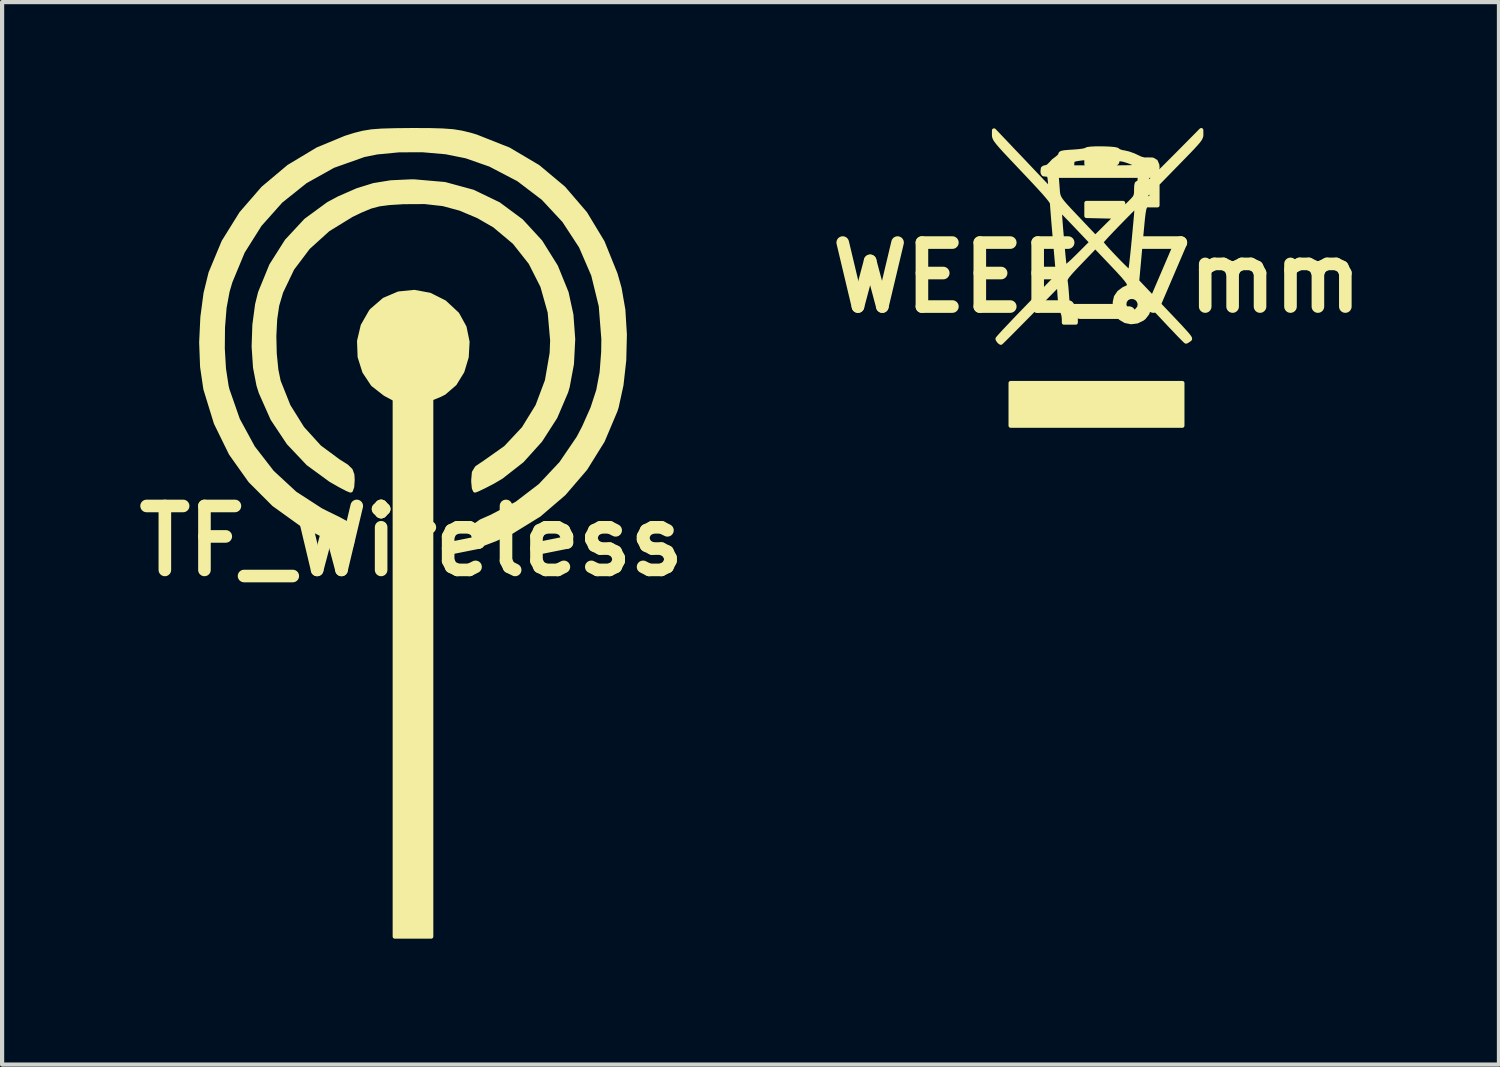
<source format=kicad_pcb>
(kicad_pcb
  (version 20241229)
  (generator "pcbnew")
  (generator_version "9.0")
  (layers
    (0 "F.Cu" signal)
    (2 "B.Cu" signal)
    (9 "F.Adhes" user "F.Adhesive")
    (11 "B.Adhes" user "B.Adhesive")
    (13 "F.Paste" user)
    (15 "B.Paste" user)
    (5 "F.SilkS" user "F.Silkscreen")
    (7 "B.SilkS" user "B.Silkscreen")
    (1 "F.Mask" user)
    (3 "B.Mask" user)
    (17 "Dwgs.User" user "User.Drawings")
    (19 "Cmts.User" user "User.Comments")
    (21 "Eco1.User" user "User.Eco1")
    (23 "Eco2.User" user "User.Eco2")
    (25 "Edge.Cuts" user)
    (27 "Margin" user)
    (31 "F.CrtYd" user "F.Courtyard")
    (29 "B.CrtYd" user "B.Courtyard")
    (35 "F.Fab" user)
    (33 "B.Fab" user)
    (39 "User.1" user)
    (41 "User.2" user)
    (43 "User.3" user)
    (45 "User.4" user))
  (footprint "TF_Wireless"
    (layer "F.Cu")
    (at 6.756 9.839)
    (property "Reference" "TF_Wireless" (at 0 0 0) (layer "F.SilkS") (effects (font (size 1.524 1.524) (thickness 0.3))))
    (attr through_hole)
    (fp_poly (pts (xy 1.332 -4.744) (xy 1.312 -4.384) (xy 1.209 -4.041) (xy 1.028 -3.747) (xy 0.777 -3.53) (xy 0.67 -3.476) (xy 0.468 -3.393) (xy 0.468 3.016) (xy 0.468 9.425) (xy 0.033 9.425) (xy -0.401 9.425) (xy -0.401 3.023) (xy -0.401 -3.379) (xy -0.632 -3.503) (xy -0.923 -3.73) (xy -1.125 -4.034) (xy -1.236 -4.387) (xy -1.25 -4.762) (xy -1.163 -5.131) (xy -0.971 -5.466) (xy -0.95 -5.492) (xy -0.654 -5.748) (xy -0.309 -5.895) (xy 0.063 -5.933) (xy 0.435 -5.864) (xy 0.785 -5.688) (xy 1.086 -5.408) (xy 1.093 -5.398) (xy 1.261 -5.092) (xy 1.332 -4.744)) (stroke (width 0.1) (type solid)) (fill yes) (layer "F.SilkS"))
    (fp_poly (pts (xy 3.849 -4.808) (xy 3.819 -4.219) (xy 3.718 -3.677) (xy 3.682 -3.554) (xy 3.425 -2.952) (xy 3.068 -2.397) (xy 2.632 -1.913) (xy 2.136 -1.525) (xy 1.935 -1.407) (xy 1.732 -1.302) (xy 1.579 -1.229) (xy 1.511 -1.203) (xy 1.485 -1.262) (xy 1.471 -1.409) (xy 1.471 -1.458) (xy 1.486 -1.631) (xy 1.554 -1.743) (xy 1.711 -1.849) (xy 1.721 -1.855) (xy 2.241 -2.222) (xy 2.67 -2.68) (xy 3 -3.217) (xy 3.226 -3.819) (xy 3.339 -4.474) (xy 3.351 -4.779) (xy 3.292 -5.45) (xy 3.117 -6.071) (xy 2.834 -6.63) (xy 2.451 -7.115) (xy 1.975 -7.514) (xy 1.586 -7.738) (xy 1.159 -7.918) (xy 0.751 -8.028) (xy 0.314 -8.077) (xy -0.201 -8.074) (xy -0.21 -8.073) (xy -0.533 -8.053) (xy -0.772 -8.022) (xy -0.979 -7.967) (xy -1.203 -7.874) (xy -1.428 -7.766) (xy -1.99 -7.421) (xy -2.465 -6.991) (xy -2.842 -6.491) (xy -3.108 -5.936) (xy -3.203 -5.615) (xy -3.252 -5.282) (xy -3.272 -4.881) (xy -3.262 -4.463) (xy -3.224 -4.079) (xy -3.168 -3.805) (xy -2.933 -3.216) (xy -2.603 -2.686) (xy -2.195 -2.237) (xy -1.747 -1.905) (xy -1.554 -1.784) (xy -1.452 -1.686) (xy -1.412 -1.576) (xy -1.405 -1.454) (xy -1.416 -1.293) (xy -1.446 -1.207) (xy -1.455 -1.203) (xy -1.534 -1.235) (xy -1.695 -1.319) (xy -1.904 -1.438) (xy -1.931 -1.454) (xy -2.466 -1.845) (xy -2.932 -2.338) (xy -3.313 -2.91) (xy -3.593 -3.541) (xy -3.646 -3.709) (xy -3.728 -4.134) (xy -3.761 -4.63) (xy -3.744 -5.147) (xy -3.679 -5.633) (xy -3.609 -5.916) (xy -3.342 -6.568) (xy -2.975 -7.147) (xy -2.518 -7.638) (xy -1.983 -8.03) (xy -1.729 -8.166) (xy -1.294 -8.356) (xy -0.901 -8.478) (xy -0.495 -8.544) (xy -0.022 -8.566) (xy 0.067 -8.566) (xy 0.791 -8.503) (xy 1.463 -8.32) (xy 2.073 -8.026) (xy 2.613 -7.626) (xy 3.071 -7.128) (xy 3.439 -6.539) (xy 3.692 -5.916) (xy 3.806 -5.391) (xy 3.849 -4.808)) (stroke (width 0.1) (type solid)) (fill yes) (layer "F.SilkS"))
    (fp_poly (pts (xy 5.08 -4.918) (xy 5.065 -4.306) (xy 4.999 -3.717) (xy 4.886 -3.197) (xy 4.858 -3.108) (xy 4.554 -2.388) (xy 4.14 -1.723) (xy 3.63 -1.129) (xy 3.039 -0.622) (xy 2.381 -0.217) (xy 1.994 -0.042) (xy 1.769 0.044) (xy 1.595 0.107) (xy 1.508 0.134) (xy 1.505 0.134) (xy 1.484 0.075) (xy 1.48 -0.074) (xy 1.483 -0.14) (xy 1.501 -0.293) (xy 1.547 -0.391) (xy 1.651 -0.466) (xy 1.844 -0.552) (xy 1.892 -0.572) (xy 2.504 -0.89) (xy 3.066 -1.32) (xy 3.562 -1.848) (xy 3.975 -2.454) (xy 4.107 -2.705) (xy 4.31 -3.161) (xy 4.448 -3.583) (xy 4.53 -4.015) (xy 4.567 -4.506) (xy 4.571 -4.813) (xy 4.509 -5.6) (xy 4.328 -6.339) (xy 4.034 -7.019) (xy 3.634 -7.631) (xy 3.136 -8.166) (xy 2.547 -8.614) (xy 1.873 -8.966) (xy 1.301 -9.166) (xy 0.819 -9.263) (xy 0.269 -9.311) (xy -0.296 -9.31) (xy -0.824 -9.259) (xy -1.136 -9.196) (xy -1.867 -8.937) (xy -2.53 -8.567) (xy -3.117 -8.097) (xy -3.617 -7.535) (xy -4.021 -6.893) (xy -4.317 -6.18) (xy -4.385 -5.949) (xy -4.457 -5.56) (xy -4.495 -5.09) (xy -4.5 -4.589) (xy -4.472 -4.107) (xy -4.409 -3.692) (xy -4.39 -3.609) (xy -4.138 -2.888) (xy -3.778 -2.226) (xy -3.321 -1.636) (xy -2.779 -1.135) (xy -2.162 -0.735) (xy -2.023 -0.665) (xy -1.746 -0.53) (xy -1.567 -0.433) (xy -1.465 -0.356) (xy -1.419 -0.279) (xy -1.406 -0.182) (xy -1.405 -0.117) (xy -1.416 0.044) (xy -1.445 0.128) (xy -1.454 0.132) (xy -1.538 0.108) (xy -1.706 0.046) (xy -1.873 -0.021) (xy -2.623 -0.398) (xy -3.281 -0.871) (xy -3.844 -1.434) (xy -4.305 -2.083) (xy -4.662 -2.811) (xy -4.909 -3.614) (xy -4.914 -3.639) (xy -4.989 -4.149) (xy -5.011 -4.729) (xy -4.983 -5.33) (xy -4.907 -5.902) (xy -4.789 -6.383) (xy -4.479 -7.128) (xy -4.058 -7.805) (xy -3.537 -8.405) (xy -2.926 -8.918) (xy -2.236 -9.332) (xy -1.571 -9.607) (xy -1.35 -9.676) (xy -1.154 -9.725) (xy -0.952 -9.758) (xy -0.71 -9.776) (xy -0.398 -9.785) (xy 0 -9.789) (xy 0.419 -9.788) (xy 0.736 -9.779) (xy 0.983 -9.761) (xy 1.192 -9.728) (xy 1.394 -9.679) (xy 1.537 -9.636) (xy 2.317 -9.327) (xy 3.014 -8.914) (xy 3.622 -8.405) (xy 4.137 -7.805) (xy 4.551 -7.12) (xy 4.859 -6.358) (xy 4.954 -6.022) (xy 5.044 -5.506) (xy 5.08 -4.918)) (stroke (width 0.1) (type solid)) (fill yes) (layer "F.SilkS")))
  (footprint "WEEE_7mm"
    (layer "F.Cu")
    (at 23.088 3.564)
    (property "Reference" "WEEE_7mm" (at 0 0 0) (layer "F.SilkS") (effects (font (size 1.524 1.524) (thickness 0.3))))
    (attr through_hole)
    (fp_poly (pts (xy 2.032 3.528) (xy -0.014 3.528) (xy -2.06 3.528) (xy -2.06 3.02) (xy -2.06 2.512) (xy -0.014 2.512) (xy 2.032 2.512) (xy 2.032 3.02) (xy 2.032 3.528)) (stroke (width 0.1) (type solid)) (fill yes) (layer "F.SilkS"))
    (fp_poly (pts (xy 2.483 -3.41) (xy 2.481 -3.376) (xy 2.471 -3.342) (xy 2.45 -3.301) (xy 2.412 -3.249) (xy 2.353 -3.181) (xy 2.269 -3.089) (xy 2.155 -2.97) (xy 2.007 -2.818) (xy 1.961 -2.771) (xy 1.439 -2.236) (xy 1.439 -1.979) (xy 1.439 -1.722) (xy 1.298 -1.722) (xy 1.298 -1.995) (xy 1.298 -2.099) (xy 1.214 -2.018) (xy 1.161 -1.962) (xy 1.131 -1.921) (xy 1.129 -1.914) (xy 1.153 -1.898) (xy 1.213 -1.891) (xy 1.214 -1.891) (xy 1.269 -1.896) (xy 1.293 -1.922) (xy 1.298 -1.987) (xy 1.298 -1.995) (xy 1.298 -1.722) (xy 1.285 -1.722) (xy 1.241 -1.723) (xy 1.206 -1.725) (xy 1.177 -1.72) (xy 1.155 -1.705) (xy 1.136 -1.674) (xy 1.121 -1.621) (xy 1.107 -1.54) (xy 1.093 -1.428) (xy 1.078 -1.277) (xy 1.06 -1.083) (xy 1.038 -0.841) (xy 1.028 -0.726) (xy 1.016 -0.594) (xy 1.016 -2.342) (xy 1.016 -2.427) (xy 0.965 -2.427) (xy 0.965 -2.654) (xy 0.96 -2.666) (xy 0.911 -2.702) (xy 0.825 -2.743) (xy 0.724 -2.781) (xy 0.626 -2.81) (xy 0.551 -2.822) (xy 0.549 -2.822) (xy 0.494 -2.809) (xy 0.48 -2.766) (xy 0.477 -2.743) (xy 0.461 -2.727) (xy 0.425 -2.717) (xy 0.358 -2.712) (xy 0.252 -2.71) (xy 0.24 -2.71) (xy 0.24 -2.893) (xy 0.234 -2.897) (xy 0.219 -2.899) (xy 0.113 -2.904) (xy 0.007 -2.899) (xy -0.018 -2.894) (xy 0.008 -2.89) (xy 0.078 -2.888) (xy 0.113 -2.888) (xy 0.198 -2.889) (xy 0.24 -2.893) (xy 0.24 -2.71) (xy 0.113 -2.709) (xy -0.254 -2.709) (xy -0.254 -2.783) (xy -0.257 -2.825) (xy -0.275 -2.844) (xy -0.321 -2.846) (xy -0.402 -2.836) (xy -0.503 -2.821) (xy -0.56 -2.804) (xy -0.585 -2.778) (xy -0.592 -2.734) (xy -0.593 -2.708) (xy -0.593 -2.625) (xy 0.201 -2.625) (xy 0.435 -2.625) (xy 0.618 -2.626) (xy 0.755 -2.628) (xy 0.853 -2.632) (xy 0.917 -2.637) (xy 0.952 -2.644) (xy 0.965 -2.654) (xy 0.965 -2.427) (xy 0.026 -2.427) (xy -0.875 -2.427) (xy -0.875 -2.653) (xy -0.885 -2.68) (xy -0.887 -2.681) (xy -0.911 -2.661) (xy -0.917 -2.653) (xy -0.915 -2.627) (xy -0.905 -2.625) (xy -0.876 -2.645) (xy -0.875 -2.653) (xy -0.875 -2.427) (xy -0.964 -2.427) (xy -0.944 -2.166) (xy -0.938 -2.087) (xy -0.933 -2.024) (xy -0.923 -1.97) (xy -0.905 -1.92) (xy -0.875 -1.866) (xy -0.828 -1.802) (xy -0.76 -1.723) (xy -0.667 -1.621) (xy -0.545 -1.492) (xy -0.389 -1.328) (xy -0.367 -1.304) (xy -0.042 -0.961) (xy 0.205 -1.207) (xy 0.453 -1.453) (xy 0.099 -1.461) (xy -0.254 -1.469) (xy -0.254 -1.624) (xy -0.254 -1.778) (xy 0.183 -1.778) (xy 0.621 -1.778) (xy 0.621 -1.701) (xy 0.623 -1.665) (xy 0.635 -1.654) (xy 0.664 -1.672) (xy 0.72 -1.723) (xy 0.776 -1.778) (xy 0.854 -1.857) (xy 0.901 -1.914) (xy 0.923 -1.967) (xy 0.931 -2.031) (xy 0.931 -2.095) (xy 0.935 -2.191) (xy 0.947 -2.242) (xy 0.971 -2.258) (xy 0.974 -2.258) (xy 1.007 -2.283) (xy 1.016 -2.342) (xy 1.016 -0.594) (xy 0.954 0.086) (xy 1.345 0.498) (xy 1.555 0.72) (xy 1.73 0.904) (xy 1.872 1.054) (xy 1.985 1.174) (xy 2.071 1.268) (xy 2.134 1.338) (xy 2.176 1.389) (xy 2.202 1.425) (xy 2.213 1.448) (xy 2.214 1.462) (xy 2.206 1.472) (xy 2.194 1.481) (xy 2.187 1.485) (xy 2.14 1.516) (xy 2.118 1.524) (xy 2.095 1.504) (xy 2.039 1.449) (xy 1.956 1.365) (xy 1.853 1.256) (xy 1.733 1.131) (xy 1.679 1.073) (xy 1.256 0.622) (xy 1.24 0.713) (xy 1.198 0.849) (xy 1.12 0.95) (xy 1.08 0.982) (xy 1.018 1.012) (xy 1.018 0.633) (xy 0.996 0.557) (xy 0.945 0.497) (xy 0.945 -1.715) (xy 0.945 -1.716) (xy 0.923 -1.701) (xy 0.87 -1.651) (xy 0.792 -1.575) (xy 0.696 -1.478) (xy 0.589 -1.369) (xy 0.478 -1.255) (xy 0.369 -1.142) (xy 0.27 -1.038) (xy 0.188 -0.949) (xy 0.129 -0.883) (xy 0.1 -0.848) (xy 0.099 -0.844) (xy 0.117 -0.814) (xy 0.167 -0.754) (xy 0.24 -0.671) (xy 0.33 -0.574) (xy 0.429 -0.47) (xy 0.528 -0.367) (xy 0.621 -0.274) (xy 0.7 -0.197) (xy 0.758 -0.146) (xy 0.785 -0.127) (xy 0.787 -0.128) (xy 0.794 -0.159) (xy 0.805 -0.24) (xy 0.82 -0.362) (xy 0.837 -0.518) (xy 0.856 -0.701) (xy 0.876 -0.903) (xy 0.878 -0.926) (xy 0.897 -1.13) (xy 0.914 -1.314) (xy 0.928 -1.472) (xy 0.938 -1.596) (xy 0.944 -1.68) (xy 0.945 -1.715) (xy 0.945 0.497) (xy 0.944 0.496) (xy 0.871 0.461) (xy 0.786 0.461) (xy 0.764 0.471) (xy 0.764 0.169) (xy 0.745 0.12) (xy 0.697 0.052) (xy 0.619 -0.041) (xy 0.506 -0.165) (xy 0.375 -0.304) (xy -0.042 -0.742) (xy -0.132 -0.648) (xy -0.132 -0.842) (xy -0.509 -1.239) (xy -0.625 -1.361) (xy -0.728 -1.467) (xy -0.81 -1.551) (xy -0.866 -1.607) (xy -0.891 -1.629) (xy -0.891 -1.629) (xy -0.891 -1.6) (xy -0.886 -1.524) (xy -0.878 -1.41) (xy -0.867 -1.269) (xy -0.854 -1.108) (xy -0.839 -0.939) (xy -0.824 -0.77) (xy -0.81 -0.61) (xy -0.797 -0.469) (xy -0.785 -0.357) (xy -0.777 -0.282) (xy -0.773 -0.255) (xy -0.748 -0.257) (xy -0.687 -0.301) (xy -0.59 -0.387) (xy -0.457 -0.517) (xy -0.446 -0.528) (xy -0.132 -0.842) (xy -0.132 -0.648) (xy -0.403 -0.366) (xy -0.533 -0.23) (xy -0.627 -0.128) (xy -0.691 -0.052) (xy -0.73 0.002) (xy -0.749 0.043) (xy -0.752 0.075) (xy -0.751 0.082) (xy -0.742 0.143) (xy -0.732 0.242) (xy -0.722 0.363) (xy -0.718 0.416) (xy -0.7 0.677) (xy -0.138 0.677) (xy 0.423 0.677) (xy 0.423 0.585) (xy 0.45 0.463) (xy 0.524 0.355) (xy 0.635 0.272) (xy 0.682 0.251) (xy 0.73 0.229) (xy 0.758 0.203) (xy 0.764 0.169) (xy 0.764 0.471) (xy 0.712 0.495) (xy 0.659 0.563) (xy 0.648 0.649) (xy 0.677 0.735) (xy 0.723 0.788) (xy 0.784 0.829) (xy 0.831 0.847) (xy 0.833 0.847) (xy 0.877 0.83) (xy 0.938 0.791) (xy 0.942 0.788) (xy 1.003 0.714) (xy 1.018 0.633) (xy 1.018 1.012) (xy 0.95 1.044) (xy 0.81 1.061) (xy 0.675 1.034) (xy 0.56 0.966) (xy 0.526 0.931) (xy 0.455 0.847) (xy -0.026 0.847) (xy -0.508 0.847) (xy -0.508 0.96) (xy -0.508 1.072) (xy -0.649 1.072) (xy -0.79 1.072) (xy -0.79 0.976) (xy -0.803 0.882) (xy -0.832 0.8) (xy -0.852 0.735) (xy -0.871 0.63) (xy -0.887 0.502) (xy -0.892 0.437) (xy -0.91 0.155) (xy -1.596 0.854) (xy -1.757 1.017) (xy -1.905 1.167) (xy -2.035 1.298) (xy -2.144 1.407) (xy -2.226 1.489) (xy -2.277 1.538) (xy -2.293 1.552) (xy -2.319 1.535) (xy -2.337 1.518) (xy -2.367 1.475) (xy -2.371 1.458) (xy -2.352 1.433) (xy -2.298 1.372) (xy -2.213 1.279) (xy -2.101 1.161) (xy -1.968 1.02) (xy -1.817 0.863) (xy -1.653 0.694) (xy -1.65 0.69) (xy -0.929 -0.052) (xy -1.001 -0.874) (xy -1.019 -1.087) (xy -1.036 -1.284) (xy -1.05 -1.458) (xy -1.061 -1.6) (xy -1.069 -1.704) (xy -1.072 -1.76) (xy -1.072 -1.766) (xy -1.083 -1.797) (xy -1.117 -1.849) (xy -1.177 -1.924) (xy -1.266 -2.027) (xy -1.386 -2.159) (xy -1.54 -2.325) (xy -1.731 -2.527) (xy -1.763 -2.561) (xy -1.946 -2.754) (xy -2.093 -2.91) (xy -2.209 -3.034) (xy -2.297 -3.132) (xy -2.361 -3.207) (xy -2.405 -3.264) (xy -2.433 -3.308) (xy -2.447 -3.343) (xy -2.454 -3.373) (xy -2.455 -3.397) (xy -2.455 -3.506) (xy -2.136 -3.171) (xy -2.001 -3.028) (xy -1.842 -2.862) (xy -1.678 -2.689) (xy -1.524 -2.526) (xy -1.466 -2.465) (xy -1.354 -2.347) (xy -1.256 -2.244) (xy -1.179 -2.165) (xy -1.128 -2.114) (xy -1.11 -2.098) (xy -1.11 -2.126) (xy -1.114 -2.195) (xy -1.121 -2.279) (xy -1.131 -2.375) (xy -1.144 -2.428) (xy -1.166 -2.45) (xy -1.206 -2.455) (xy -1.217 -2.455) (xy -1.275 -2.463) (xy -1.296 -2.497) (xy -1.298 -2.54) (xy -1.29 -2.601) (xy -1.258 -2.623) (xy -1.233 -2.625) (xy -1.166 -2.649) (xy -1.107 -2.707) (xy -1.038 -2.781) (xy -0.96 -2.84) (xy -0.903 -2.887) (xy -0.875 -2.932) (xy -0.875 -2.937) (xy -0.867 -2.958) (xy -0.836 -2.973) (xy -0.774 -2.985) (xy -0.67 -2.994) (xy -0.572 -3) (xy -0.445 -3.01) (xy -0.343 -3.023) (xy -0.277 -3.037) (xy -0.259 -3.047) (xy -0.228 -3.061) (xy -0.153 -3.071) (xy -0.048 -3.077) (xy 0.074 -3.078) (xy 0.2 -3.076) (xy 0.318 -3.07) (xy 0.413 -3.061) (xy 0.474 -3.048) (xy 0.488 -3.038) (xy 0.523 -3.012) (xy 0.595 -2.989) (xy 0.645 -2.981) (xy 0.753 -2.956) (xy 0.874 -2.912) (xy 0.942 -2.88) (xy 1.046 -2.832) (xy 1.128 -2.812) (xy 1.211 -2.814) (xy 1.212 -2.814) (xy 1.324 -2.811) (xy 1.399 -2.766) (xy 1.435 -2.679) (xy 1.439 -2.622) (xy 1.416 -2.52) (xy 1.352 -2.452) (xy 1.254 -2.427) (xy 1.25 -2.427) (xy 1.203 -2.417) (xy 1.187 -2.374) (xy 1.185 -2.342) (xy 1.193 -2.283) (xy 1.211 -2.258) (xy 1.211 -2.258) (xy 1.237 -2.277) (xy 1.297 -2.332) (xy 1.387 -2.417) (xy 1.501 -2.528) (xy 1.635 -2.661) (xy 1.783 -2.809) (xy 1.86 -2.886) (xy 2.482 -3.514) (xy 2.483 -3.41)) (stroke (width 0.1) (type solid)) (fill yes) (layer "F.SilkS")))
  (gr_rect
    (start -3 -3)
    (end 32.663 22.313)
    (stroke (width 0.1) (type default))
    (fill no)
    (layer "Edge.Cuts")))
</source>
